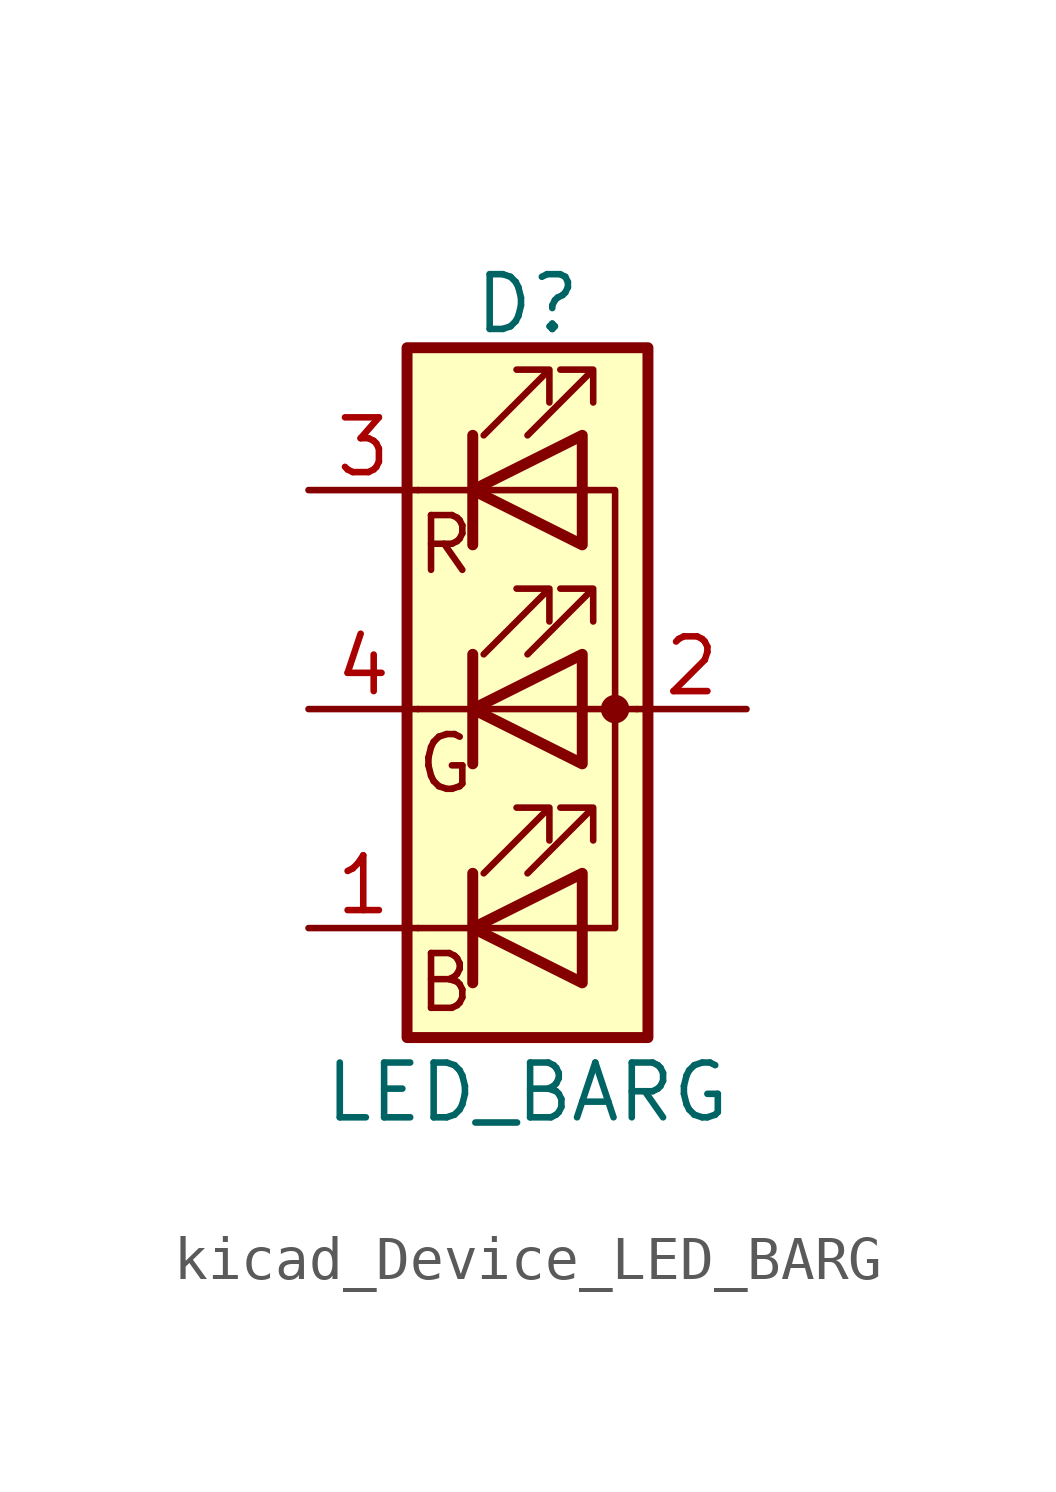
<source format=kicad_sym>
(kicad_symbol_lib
  (version 20220914)
  (generator kicad_symbol_editor)
  (symbol "kicad_Device_LED_BARG"
    (pin_names
      (offset 0) hide)
    (property "Reference" "D"
      (at 0 9.398 0)
      (effects (font (size 1.27 1.27))))
    (property "Value" "LED_BARG"
      (at 0 -8.89 0)
      (effects (font (size 1.27 1.27))))
    (symbol "kicad_Device_LED_BARG_0_0"
      (text "B" (at -1.905 -6.35 0) (effects (font (size 1.27 1.27))))
      (text "G" (at -1.905 -1.27 0) (effects (font (size 1.27 1.27))))
      (text "R" (at -1.905 3.81 0) (effects (font (size 1.27 1.27)))))
    (symbol "kicad_Device_LED_BARG_0_1"
      (polyline (pts (xy -1.27 -5.08) (xy -2.54 -5.08)) (stroke (width 0) (type default)) (fill (type none)))
      (polyline (pts (xy -1.27 -5.08) (xy 1.27 -5.08)) (stroke (width 0) (type default)) (fill (type none)))
      (polyline (pts (xy -1.27 -3.81) (xy -1.27 -6.35)) (stroke (width 0.254) (type default)) (fill (type none)))
      (polyline (pts (xy -1.27 0) (xy -2.54 0)) (stroke (width 0) (type default)) (fill (type none)))
      (polyline (pts (xy -1.27 1.27) (xy -1.27 -1.27)) (stroke (width 0.254) (type default)) (fill (type none)))
      (polyline (pts (xy -1.27 5.08) (xy -2.54 5.08)) (stroke (width 0) (type default)) (fill (type none)))
      (polyline (pts (xy -1.27 5.08) (xy 1.27 5.08)) (stroke (width 0) (type default)) (fill (type none)))
      (polyline (pts (xy -1.27 6.35) (xy -1.27 3.81)) (stroke (width 0.254) (type default)) (fill (type none)))
      (polyline (pts (xy 1.27 0) (xy -1.27 0)) (stroke (width 0) (type default)) (fill (type none)))
      (polyline (pts (xy 1.27 0) (xy 2.54 0)) (stroke (width 0) (type default)) (fill (type none)))
      (polyline (pts (xy -1.27 1.27) (xy -1.27 -1.27) (xy -1.27 -1.27)) (stroke (width 0) (type default)) (fill (type none)))
      (polyline (pts (xy -1.27 6.35) (xy -1.27 3.81) (xy -1.27 3.81)) (stroke (width 0) (type default)) (fill (type none)))
      (polyline (pts (xy 1.27 -5.08) (xy 2.032 -5.08) (xy 2.032 5.08) (xy 1.27 5.08)) (stroke (width 0) (type default)) (fill (type none)))
      (polyline (pts (xy 1.27 -3.81) (xy 1.27 -6.35) (xy -1.27 -5.08) (xy 1.27 -3.81)) (stroke (width 0.254) (type default)) (fill (type none)))
      (polyline (pts (xy 1.27 1.27) (xy 1.27 -1.27) (xy -1.27 0) (xy 1.27 1.27)) (stroke (width 0.254) (type default)) (fill (type none)))
      (polyline (pts (xy 1.27 6.35) (xy 1.27 3.81) (xy -1.27 5.08) (xy 1.27 6.35)) (stroke (width 0.254) (type default)) (fill (type none)))
      (polyline (pts (xy -1.016 -3.81) (xy 0.508 -2.286) (xy -0.254 -2.286) (xy 0.508 -2.286) (xy 0.508 -3.048)) (stroke (width 0) (type default)) (fill (type none)))
      (polyline (pts (xy -1.016 1.27) (xy 0.508 2.794) (xy -0.254 2.794) (xy 0.508 2.794) (xy 0.508 2.032)) (stroke (width 0) (type default)) (fill (type none)))
      (polyline (pts (xy -1.016 6.35) (xy 0.508 7.874) (xy -0.254 7.874) (xy 0.508 7.874) (xy 0.508 7.112)) (stroke (width 0) (type default)) (fill (type none)))
      (polyline (pts (xy 0 -3.81) (xy 1.524 -2.286) (xy 0.762 -2.286) (xy 1.524 -2.286) (xy 1.524 -3.048)) (stroke (width 0) (type default)) (fill (type none)))
      (polyline (pts (xy 0 1.27) (xy 1.524 2.794) (xy 0.762 2.794) (xy 1.524 2.794) (xy 1.524 2.032)) (stroke (width 0) (type default)) (fill (type none)))
      (polyline (pts (xy 0 6.35) (xy 1.524 7.874) (xy 0.762 7.874) (xy 1.524 7.874) (xy 1.524 7.112)) (stroke (width 0) (type default)) (fill (type none)))
      (rectangle (start 1.27 -1.27) (end 1.27 1.27) (stroke (width 0) (type default)) (fill (type none)))
      (rectangle (start 1.27 1.27) (end 1.27 1.27) (stroke (width 0) (type default)) (fill (type none)))
      (rectangle (start 1.27 3.81) (end 1.27 6.35) (stroke (width 0) (type default)) (fill (type none)))
      (rectangle (start 1.27 6.35) (end 1.27 6.35) (stroke (width 0) (type default)) (fill (type none)))
      (circle (center 2.032 0) (radius 0.254) (stroke (width 0) (type default)) (fill (type outline)))
      (rectangle (start 2.794 8.382) (end -2.794 -7.62) (stroke (width 0.254) (type default)) (fill (type background))))
    (symbol "kicad_Device_LED_BARG_1_1"
      (pin passive line (at -5.08 -5.08 0) (length 2.54) (name "BK" (effects (font (size 1.27 1.27)))) (number "1" (effects (font (size 1.27 1.27)))))
      (pin passive line (at 5.08 0 180) (length 2.54) (name "A" (effects (font (size 1.27 1.27)))) (number "2" (effects (font (size 1.27 1.27)))))
      (pin passive line (at -5.08 5.08 0) (length 2.54) (name "RK" (effects (font (size 1.27 1.27)))) (number "3" (effects (font (size 1.27 1.27)))))
      (pin passive line (at -5.08 0 0) (length 2.54) (name "GK" (effects (font (size 1.27 1.27)))) (number "4" (effects (font (size 1.27 1.27))))))))
</source>
